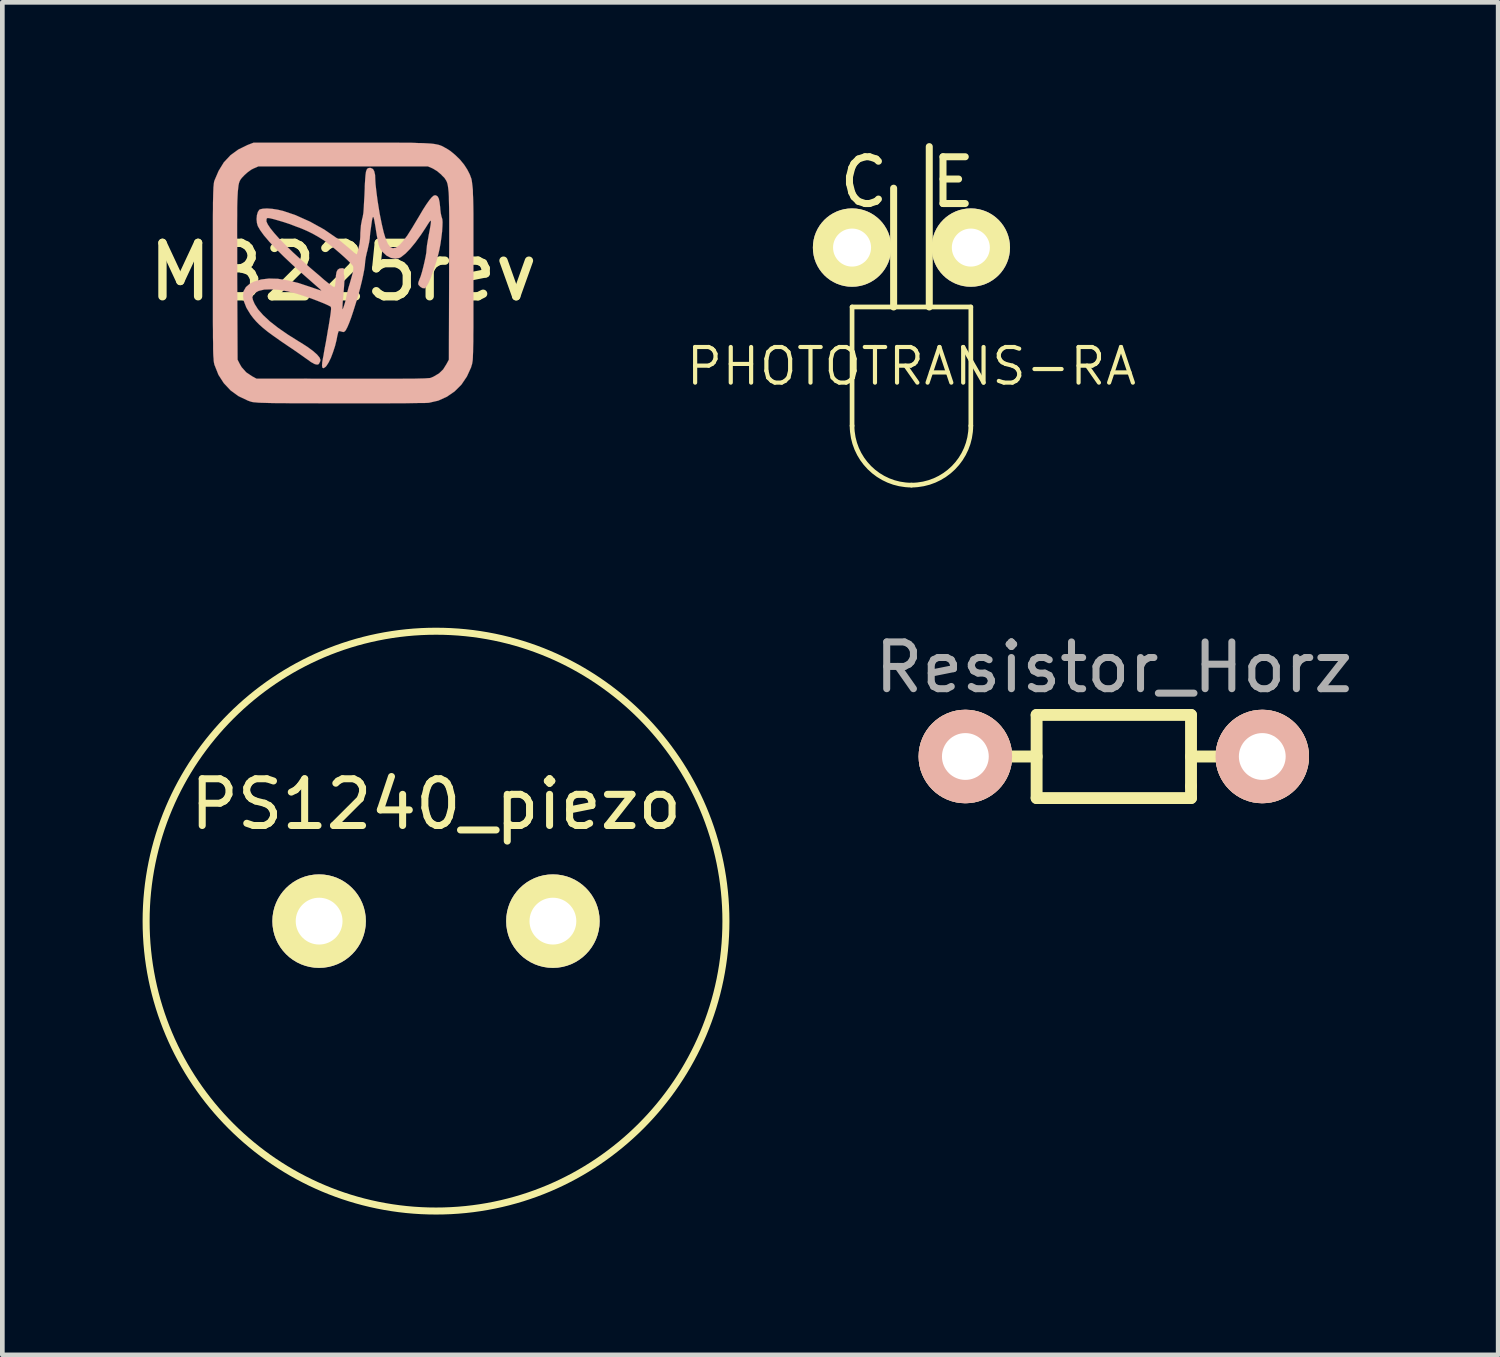
<source format=kicad_pcb>
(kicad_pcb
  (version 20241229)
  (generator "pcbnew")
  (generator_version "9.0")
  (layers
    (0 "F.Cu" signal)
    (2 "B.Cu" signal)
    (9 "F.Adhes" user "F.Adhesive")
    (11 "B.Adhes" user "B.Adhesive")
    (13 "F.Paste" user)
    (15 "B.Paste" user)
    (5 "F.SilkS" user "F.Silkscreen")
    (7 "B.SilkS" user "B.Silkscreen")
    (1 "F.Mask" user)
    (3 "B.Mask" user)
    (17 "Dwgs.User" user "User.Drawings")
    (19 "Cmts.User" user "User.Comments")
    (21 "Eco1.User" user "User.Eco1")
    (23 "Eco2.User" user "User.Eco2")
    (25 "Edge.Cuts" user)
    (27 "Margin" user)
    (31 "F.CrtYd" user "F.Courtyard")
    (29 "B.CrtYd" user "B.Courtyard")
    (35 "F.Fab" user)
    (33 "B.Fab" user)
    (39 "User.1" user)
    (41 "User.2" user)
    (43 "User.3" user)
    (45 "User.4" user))
  (footprint "Resistor_Horz"
    (layer "F.Cu")
    (at 20.771 13.129)
    (property "Reference" "Resistor_Horz" (at 0 -1.905 0) (layer "F.Fab") (effects (font (size 1 1) (thickness 0.15))))
    (attr through_hole)
    (fp_line (start -1.651 -0.889) (end 1.651 -0.889) (stroke (width 0.254) (type solid)) (layer "F.SilkS"))
    (fp_line (start -1.651 0) (end -2.413 0) (stroke (width 0.254) (type solid)) (layer "F.SilkS"))
    (fp_line (start -1.651 0.889) (end -1.651 -0.889) (stroke (width 0.254) (type solid)) (layer "F.SilkS"))
    (fp_line (start 1.651 -0.889) (end 1.651 0.635) (stroke (width 0.254) (type solid)) (layer "F.SilkS"))
    (fp_line (start 1.651 0) (end 2.413 0) (stroke (width 0.254) (type solid)) (layer "F.SilkS"))
    (fp_line (start 1.651 0.889) (end -1.651 0.889) (stroke (width 0.254) (type solid)) (layer "F.SilkS"))
    (fp_line (start 1.651 0.889) (end 1.651 0.635) (stroke (width 0.254) (type solid)) (layer "F.SilkS"))
    (pad "1" thru_hole circle (at -3.175 0) (size 1.999 1.999) (drill 1.001) (layers "*.Cu" "*.SilkS" "*.Mask"))
    (pad "2" thru_hole circle (at 3.175 0) (size 1.999 1.999) (drill 1.001) (layers "*.Cu" "*.SilkS" "*.Mask")))
  (footprint "PHOTOTRANS-RA"
    (layer "F.Cu")
    (at 16.443 2.245)
    (property "Reference" "PHOTOTRANS-RA" (at 0 2.54 180) (layer "F.SilkS") (effects (font (size 0.762 0.762) (thickness 0.089))))
    (attr through_hole)
    (fp_line (start -1.27 1.27) (end -1.27 3.81) (stroke (width 0.1) (type solid)) (layer "F.SilkS"))
    (fp_line (start -0.381 1.27) (end -0.381 -1.27) (stroke (width 0.15) (type solid)) (layer "F.SilkS"))
    (fp_line (start 0.381 1.27) (end 0.381 -2.159) (stroke (width 0.15) (type solid)) (layer "F.SilkS"))
    (fp_line (start 1.27 1.27) (end -1.27 1.27) (stroke (width 0.1) (type solid)) (layer "F.SilkS"))
    (fp_line (start 1.27 3.81) (end 1.27 1.27) (stroke (width 0.1) (type solid)) (layer "F.SilkS"))
    (fp_arc (start 0 5.08) (mid -0.898026 4.708026) (end -1.27 3.81) (stroke (width 0.1) (type solid)) (layer "F.SilkS"))
    (fp_arc (start 1.27 3.81) (mid 0.898026 4.708026) (end 0 5.08) (stroke (width 0.1) (type solid)) (layer "F.SilkS"))
    (fp_text user "C" (at -1.016 -1.397 0) (layer "F.SilkS") (effects (font (size 1 1) (thickness 0.15))))
    (fp_text user "E" (at 0.889 -1.397 0) (layer "F.SilkS") (effects (font (size 1 1) (thickness 0.15))))
    (pad "1" thru_hole circle (at 1.27 0 45) (size 1.676 1.676) (drill 0.813) (layers "*.Cu" "*.Mask" "F.SilkS"))
    (pad "3" thru_hole circle (at -1.27 0) (size 1.676 1.676) (drill 0.813) (layers "*.Cu" "*.Mask" "F.SilkS")))
  (footprint "MB225rev"
    (layer "F.Cu")
    (at 4.289 2.767)
    (property "Reference" "MB225rev" (at 0 0 0) (layer "F.SilkS") (effects (font (size 1.143 1.143) (thickness 0.178))))
    (attr through_hole)
    (fp_poly (pts (xy -2.786 0.61) (xy -2.786 0.853) (xy -2.786 1.067) (xy -2.784 1.247) (xy -2.784 1.402) (xy -2.781 1.532) (xy -2.781 1.641) (xy -2.779 1.727) (xy -2.776 1.798) (xy -2.771 1.854) (xy -2.769 1.897) (xy -2.764 1.933) (xy -2.758 1.961) (xy -2.753 1.984) (xy -2.748 1.996) (xy -2.667 2.2) (xy -2.553 2.377) (xy -2.408 2.532) (xy -2.268 2.634) (xy -2.268 -0.81) (xy -2.268 -1.029) (xy -2.266 -1.217) (xy -2.266 -1.377) (xy -2.263 -1.511) (xy -2.258 -1.626) (xy -2.253 -1.717) (xy -2.245 -1.791) (xy -2.238 -1.852) (xy -2.228 -1.9) (xy -2.215 -1.938) (xy -2.2 -1.968) (xy -2.182 -1.994) (xy -2.162 -2.019) (xy -2.139 -2.042) (xy -2.113 -2.07) (xy -2.045 -2.131) (xy -1.968 -2.187) (xy -1.92 -2.212) (xy -1.814 -2.258) (xy 0 -2.258) (xy 1.814 -2.258) (xy 1.92 -2.212) (xy 2.012 -2.156) (xy 2.098 -2.083) (xy 2.116 -2.062) (xy 2.144 -2.035) (xy 2.167 -2.012) (xy 2.184 -1.986) (xy 2.202 -1.958) (xy 2.217 -1.928) (xy 2.23 -1.89) (xy 2.24 -1.841) (xy 2.248 -1.781) (xy 2.256 -1.704) (xy 2.261 -1.61) (xy 2.263 -1.496) (xy 2.266 -1.359) (xy 2.268 -1.199) (xy 2.268 -1.008) (xy 2.268 -0.787) (xy 2.268 -0.536) (xy 2.266 -0.246) (xy 2.266 0.053) (xy 2.261 1.875) (xy 2.212 1.966) (xy 2.139 2.083) (xy 2.05 2.169) (xy 1.933 2.238) (xy 1.875 2.263) (xy 1.854 2.268) (xy 1.811 2.271) (xy 1.742 2.276) (xy 1.651 2.278) (xy 1.534 2.281) (xy 1.387 2.281) (xy 1.209 2.283) (xy 1.001 2.283) (xy 0.757 2.283) (xy 0.478 2.283) (xy 0.16 2.283) (xy -0.02 2.283) (xy -1.854 2.281) (xy -1.948 2.23) (xy -2.073 2.146) (xy -2.172 2.035) (xy -2.212 1.966) (xy -2.258 1.875) (xy -2.266 0.051) (xy -2.266 -0.272) (xy -2.266 -0.559) (xy -2.268 -0.81) (xy -2.268 2.634) (xy -2.235 2.657) (xy -2.037 2.751) (xy -1.986 2.769) (xy -1.963 2.776) (xy -1.941 2.781) (xy -1.91 2.786) (xy -1.869 2.789) (xy -1.819 2.794) (xy -1.755 2.797) (xy -1.674 2.799) (xy -1.575 2.802) (xy -1.455 2.804) (xy -1.308 2.804) (xy -1.135 2.807) (xy -0.932 2.807) (xy -0.699 2.807) (xy -0.429 2.809) (xy -0.122 2.809) (xy -0.081 2.809) (xy 0.188 2.809) (xy 0.447 2.809) (xy 0.696 2.809) (xy 0.927 2.809) (xy 1.138 2.807) (xy 1.328 2.807) (xy 1.494 2.804) (xy 1.628 2.802) (xy 1.735 2.802) (xy 1.803 2.799) (xy 1.834 2.797) (xy 2.035 2.751) (xy 2.22 2.667) (xy 2.385 2.553) (xy 2.53 2.408) (xy 2.647 2.235) (xy 2.736 2.04) (xy 2.748 1.996) (xy 2.756 1.974) (xy 2.761 1.948) (xy 2.766 1.918) (xy 2.771 1.882) (xy 2.774 1.834) (xy 2.776 1.773) (xy 2.779 1.697) (xy 2.781 1.6) (xy 2.784 1.486) (xy 2.784 1.346) (xy 2.786 1.184) (xy 2.786 0.988) (xy 2.786 0.765) (xy 2.786 0.508) (xy 2.786 0.213) (xy 2.786 0.02) (xy 2.786 -0.302) (xy 2.786 -0.589) (xy 2.786 -0.841) (xy 2.786 -1.057) (xy 2.786 -1.245) (xy 2.784 -1.407) (xy 2.781 -1.544) (xy 2.776 -1.659) (xy 2.774 -1.755) (xy 2.766 -1.834) (xy 2.758 -1.9) (xy 2.751 -1.953) (xy 2.741 -1.999) (xy 2.725 -2.04) (xy 2.713 -2.075) (xy 2.695 -2.113) (xy 2.675 -2.151) (xy 2.654 -2.192) (xy 2.588 -2.294) (xy 2.499 -2.403) (xy 2.395 -2.504) (xy 2.289 -2.591) (xy 2.23 -2.629) (xy 2.189 -2.652) (xy 2.154 -2.672) (xy 2.121 -2.69) (xy 2.085 -2.705) (xy 2.047 -2.718) (xy 2.002 -2.728) (xy 1.948 -2.738) (xy 1.885 -2.746) (xy 1.803 -2.751) (xy 1.709 -2.756) (xy 1.593 -2.758) (xy 1.455 -2.764) (xy 1.293 -2.764) (xy 1.105 -2.766) (xy 0.886 -2.766) (xy 0.635 -2.766) (xy 0.348 -2.766) (xy 0.023 -2.766) (xy -0.02 -2.766) (xy -1.915 -2.766) (xy -2.047 -2.715) (xy -2.243 -2.619) (xy -2.41 -2.497) (xy -2.553 -2.344) (xy -2.664 -2.162) (xy -2.748 -1.966) (xy -2.756 -1.946) (xy -2.761 -1.923) (xy -2.766 -1.895) (xy -2.769 -1.859) (xy -2.774 -1.814) (xy -2.776 -1.758) (xy -2.779 -1.684) (xy -2.781 -1.593) (xy -2.784 -1.481) (xy -2.784 -1.346) (xy -2.786 -1.186) (xy -2.786 -0.998) (xy -2.786 -0.78) (xy -2.786 -0.528) (xy -2.786 -0.239) (xy -2.786 0.01) (xy -2.786 0.328) (xy -2.786 0.61)) (stroke (width 0.003) (type solid)) (fill yes) (layer "B.SilkS"))
    (fp_poly (pts (xy -2.141 0.516) (xy -2.121 0.632) (xy -2.068 0.767) (xy -1.981 0.909) (xy -1.925 0.983) (xy -1.864 1.054) (xy -1.796 1.123) (xy -1.714 1.196) (xy -1.613 1.278) (xy -1.491 1.367) (xy -1.344 1.471) (xy -1.196 1.572) (xy -1.085 1.646) (xy -0.978 1.72) (xy -0.884 1.786) (xy -0.81 1.839) (xy -0.759 1.875) (xy -0.754 1.877) (xy -0.693 1.923) (xy -0.63 1.958) (xy -0.605 1.971) (xy -0.556 1.981) (xy -0.528 1.974) (xy -0.513 1.956) (xy -0.49 1.908) (xy -0.485 1.88) (xy -0.505 1.829) (xy -0.559 1.765) (xy -0.645 1.689) (xy -0.762 1.603) (xy -0.909 1.509) (xy -0.94 1.491) (xy -1.179 1.341) (xy -1.389 1.196) (xy -1.567 1.057) (xy -1.712 0.922) (xy -1.821 0.798) (xy -1.892 0.686) (xy -1.93 0.599) (xy -1.943 0.536) (xy -1.928 0.488) (xy -1.892 0.45) (xy -1.806 0.404) (xy -1.689 0.376) (xy -1.544 0.371) (xy -1.377 0.381) (xy -1.191 0.414) (xy -1.062 0.445) (xy -0.973 0.47) (xy -0.864 0.505) (xy -0.747 0.544) (xy -0.627 0.587) (xy -0.516 0.63) (xy -0.414 0.671) (xy -0.335 0.706) (xy -0.284 0.732) (xy -0.274 0.737) (xy -0.264 0.747) (xy -0.259 0.767) (xy -0.259 0.8) (xy -0.264 0.853) (xy -0.274 0.927) (xy -0.29 1.031) (xy -0.312 1.168) (xy -0.325 1.237) (xy -0.348 1.377) (xy -0.371 1.509) (xy -0.394 1.628) (xy -0.411 1.725) (xy -0.422 1.793) (xy -0.427 1.814) (xy -0.447 1.928) (xy -0.452 2.007) (xy -0.442 2.05) (xy -0.417 2.057) (xy -0.376 2.029) (xy -0.358 2.009) (xy -0.312 1.938) (xy -0.262 1.836) (xy -0.216 1.714) (xy -0.173 1.582) (xy -0.142 1.458) (xy -0.127 1.377) (xy -0.112 1.313) (xy -0.099 1.273) (xy -0.097 1.265) (xy -0.071 1.265) (xy -0.033 1.275) (xy 0.005 1.285) (xy 0.036 1.27) (xy 0.058 1.242) (xy 0.091 1.179) (xy 0.13 1.087) (xy 0.175 0.965) (xy 0.221 0.826) (xy 0.269 0.673) (xy 0.318 0.513) (xy 0.361 0.353) (xy 0.399 0.201) (xy 0.429 0.064) (xy 0.452 -0.056) (xy 0.465 -0.145) (xy 0.467 -0.178) (xy 0.472 -0.234) (xy 0.485 -0.318) (xy 0.505 -0.411) (xy 0.518 -0.457) (xy 0.538 -0.549) (xy 0.556 -0.632) (xy 0.566 -0.696) (xy 0.569 -0.716) (xy 0.572 -0.762) (xy 0.579 -0.838) (xy 0.592 -0.93) (xy 0.602 -1.003) (xy 0.615 -1.095) (xy 0.627 -1.153) (xy 0.638 -1.179) (xy 0.65 -1.168) (xy 0.663 -1.123) (xy 0.678 -1.041) (xy 0.699 -0.919) (xy 0.699 -0.912) (xy 0.721 -0.775) (xy 0.742 -0.671) (xy 0.757 -0.594) (xy 0.775 -0.538) (xy 0.795 -0.495) (xy 0.818 -0.457) (xy 0.843 -0.429) (xy 0.927 -0.351) (xy 1.021 -0.302) (xy 1.115 -0.284) (xy 1.201 -0.3) (xy 1.237 -0.318) (xy 1.333 -0.394) (xy 1.435 -0.498) (xy 1.544 -0.63) (xy 1.666 -0.798) (xy 1.758 -0.937) (xy 1.806 -1.013) (xy 1.841 -1.067) (xy 1.864 -1.095) (xy 1.877 -1.095) (xy 1.877 -1.064) (xy 1.869 -1.001) (xy 1.852 -0.902) (xy 1.826 -0.767) (xy 1.826 -0.762) (xy 1.808 -0.663) (xy 1.793 -0.574) (xy 1.786 -0.505) (xy 1.783 -0.472) (xy 1.778 -0.411) (xy 1.763 -0.325) (xy 1.74 -0.218) (xy 1.714 -0.107) (xy 1.687 -0.003) (xy 1.659 0.089) (xy 1.636 0.147) (xy 1.61 0.216) (xy 1.605 0.259) (xy 1.615 0.279) (xy 1.654 0.32) (xy 1.699 0.345) (xy 1.742 0.348) (xy 1.755 0.343) (xy 1.788 0.3) (xy 1.829 0.226) (xy 1.872 0.127) (xy 1.915 0.005) (xy 1.961 -0.127) (xy 2.004 -0.262) (xy 2.04 -0.399) (xy 2.06 -0.485) (xy 2.083 -0.612) (xy 2.101 -0.739) (xy 2.116 -0.864) (xy 2.123 -0.973) (xy 2.126 -1.067) (xy 2.121 -1.13) (xy 2.111 -1.161) (xy 2.101 -1.194) (xy 2.088 -1.255) (xy 2.078 -1.336) (xy 2.075 -1.379) (xy 2.062 -1.494) (xy 2.045 -1.572) (xy 2.019 -1.618) (xy 1.986 -1.638) (xy 1.963 -1.641) (xy 1.933 -1.631) (xy 1.892 -1.595) (xy 1.844 -1.537) (xy 1.781 -1.448) (xy 1.704 -1.328) (xy 1.613 -1.173) (xy 1.59 -1.135) (xy 1.473 -0.94) (xy 1.372 -0.78) (xy 1.28 -0.658) (xy 1.199 -0.569) (xy 1.128 -0.521) (xy 1.064 -0.508) (xy 1.008 -0.533) (xy 0.958 -0.597) (xy 0.912 -0.701) (xy 0.869 -0.841) (xy 0.826 -1.024) (xy 0.782 -1.242) (xy 0.759 -1.382) (xy 0.737 -1.519) (xy 0.719 -1.654) (xy 0.704 -1.778) (xy 0.693 -1.88) (xy 0.688 -1.953) (xy 0.688 -1.958) (xy 0.683 -2.075) (xy 0.665 -2.154) (xy 0.638 -2.202) (xy 0.592 -2.225) (xy 0.587 -2.225) (xy 0.551 -2.225) (xy 0.523 -2.215) (xy 0.503 -2.189) (xy 0.488 -2.144) (xy 0.478 -2.073) (xy 0.47 -1.971) (xy 0.462 -1.834) (xy 0.462 -1.796) (xy 0.455 -1.631) (xy 0.447 -1.499) (xy 0.442 -1.397) (xy 0.437 -1.321) (xy 0.432 -1.26) (xy 0.424 -1.214) (xy 0.417 -1.173) (xy 0.406 -1.135) (xy 0.381 -1.003) (xy 0.368 -0.843) (xy 0.366 -0.747) (xy 0.361 -0.686) (xy 0.351 -0.607) (xy 0.333 -0.523) (xy 0.315 -0.447) (xy 0.297 -0.391) (xy 0.29 -0.378) (xy 0.272 -0.386) (xy 0.234 -0.414) (xy 0.178 -0.462) (xy 0.135 -0.5) (xy -0.122 -0.714) (xy -0.406 -0.909) (xy -0.709 -1.077) (xy -1.021 -1.217) (xy -1.285 -1.306) (xy -1.402 -1.333) (xy -1.519 -1.351) (xy -1.628 -1.359) (xy -1.717 -1.354) (xy -1.781 -1.339) (xy -1.793 -1.331) (xy -1.824 -1.285) (xy -1.844 -1.217) (xy -1.852 -1.133) (xy -1.844 -1.049) (xy -1.826 -0.983) (xy -1.773 -0.892) (xy -1.692 -0.78) (xy -1.641 -0.721) (xy -1.641 -1.097) (xy -1.638 -1.135) (xy -1.626 -1.153) (xy -1.59 -1.153) (xy -1.554 -1.146) (xy -1.486 -1.13) (xy -1.387 -1.102) (xy -1.27 -1.067) (xy -1.14 -1.024) (xy -1.013 -0.975) (xy -0.892 -0.93) (xy -0.79 -0.886) (xy -0.757 -0.871) (xy -0.653 -0.82) (xy -0.541 -0.757) (xy -0.437 -0.693) (xy -0.417 -0.681) (xy -0.343 -0.625) (xy -0.254 -0.556) (xy -0.16 -0.48) (xy -0.066 -0.399) (xy 0.023 -0.32) (xy 0.102 -0.246) (xy 0.163 -0.185) (xy 0.203 -0.14) (xy 0.213 -0.122) (xy 0.218 -0.089) (xy 0.216 -0.046) (xy 0.206 0.013) (xy 0.185 0.094) (xy 0.152 0.208) (xy 0.142 0.244) (xy 0.114 0.335) (xy 0.091 0.424) (xy 0.076 0.493) (xy 0.071 0.516) (xy 0.058 0.582) (xy 0.041 0.65) (xy 0.02 0.716) (xy 0.003 0.767) (xy -0.01 0.795) (xy -0.015 0.795) (xy -0.015 0.767) (xy -0.013 0.709) (xy -0.008 0.622) (xy 0.003 0.518) (xy 0.008 0.445) (xy 0.018 0.323) (xy 0.025 0.221) (xy 0.028 0.142) (xy 0.025 0.094) (xy 0.023 0.084) (xy 0.013 0.041) (xy 0.015 -0.015) (xy 0.018 -0.061) (xy 0.005 -0.079) (xy -0.023 -0.081) (xy -0.079 -0.074) (xy -0.117 -0.048) (xy -0.142 0) (xy -0.155 0.079) (xy -0.157 0.15) (xy -0.165 0.236) (xy -0.173 0.297) (xy -0.185 0.323) (xy -0.188 0.325) (xy -0.203 0.32) (xy -0.231 0.305) (xy -0.272 0.274) (xy -0.33 0.229) (xy -0.406 0.168) (xy -0.505 0.081) (xy -0.63 -0.025) (xy -0.699 -0.084) (xy -0.894 -0.257) (xy -1.072 -0.419) (xy -1.229 -0.572) (xy -1.364 -0.709) (xy -1.473 -0.831) (xy -1.557 -0.935) (xy -1.613 -1.019) (xy -1.641 -1.082) (xy -1.641 -1.097) (xy -1.641 -0.721) (xy -1.58 -0.648) (xy -1.44 -0.5) (xy -1.275 -0.335) (xy -1.087 -0.157) (xy -0.879 0.03) (xy -0.815 0.086) (xy -0.716 0.173) (xy -0.627 0.251) (xy -0.554 0.315) (xy -0.5 0.363) (xy -0.47 0.391) (xy -0.465 0.396) (xy -0.483 0.394) (xy -0.531 0.378) (xy -0.605 0.353) (xy -0.691 0.323) (xy -0.693 0.323) (xy -0.955 0.236) (xy -1.191 0.178) (xy -1.4 0.145) (xy -1.587 0.14) (xy -1.755 0.16) (xy -1.905 0.206) (xy -1.999 0.254) (xy -2.08 0.323) (xy -2.129 0.409) (xy -2.141 0.516)) (stroke (width 0.003) (type solid)) (fill yes) (layer "B.SilkS")))
  (footprint "PS1240_piezo"
    (layer "F.Cu")
    (at 6.275 16.65)
    (property "Reference" "PS1240_piezo" (at 0 -2.5 0) (layer "F.SilkS") (effects (font (size 1 1) (thickness 0.15))))
    (attr through_hole)
    (fp_circle (center 0 0) (end 6.2 0) (stroke (width 0.15) (type solid)) (fill no) (layer "F.SilkS"))
    (pad "1" thru_hole circle (at -2.5 0) (size 2 2) (drill 1.001) (layers "*.Cu" "*.Mask" "F.SilkS"))
    (pad "2" thru_hole circle (at 2.5 0) (size 2 2) (drill 1.001) (layers "*.Cu" "*.Mask" "F.SilkS")))
  (gr_rect
    (start -3 -3)
    (end 28.991 25.926)
    (stroke (width 0.1) (type default))
    (fill no)
    (layer "Edge.Cuts")))
</source>
